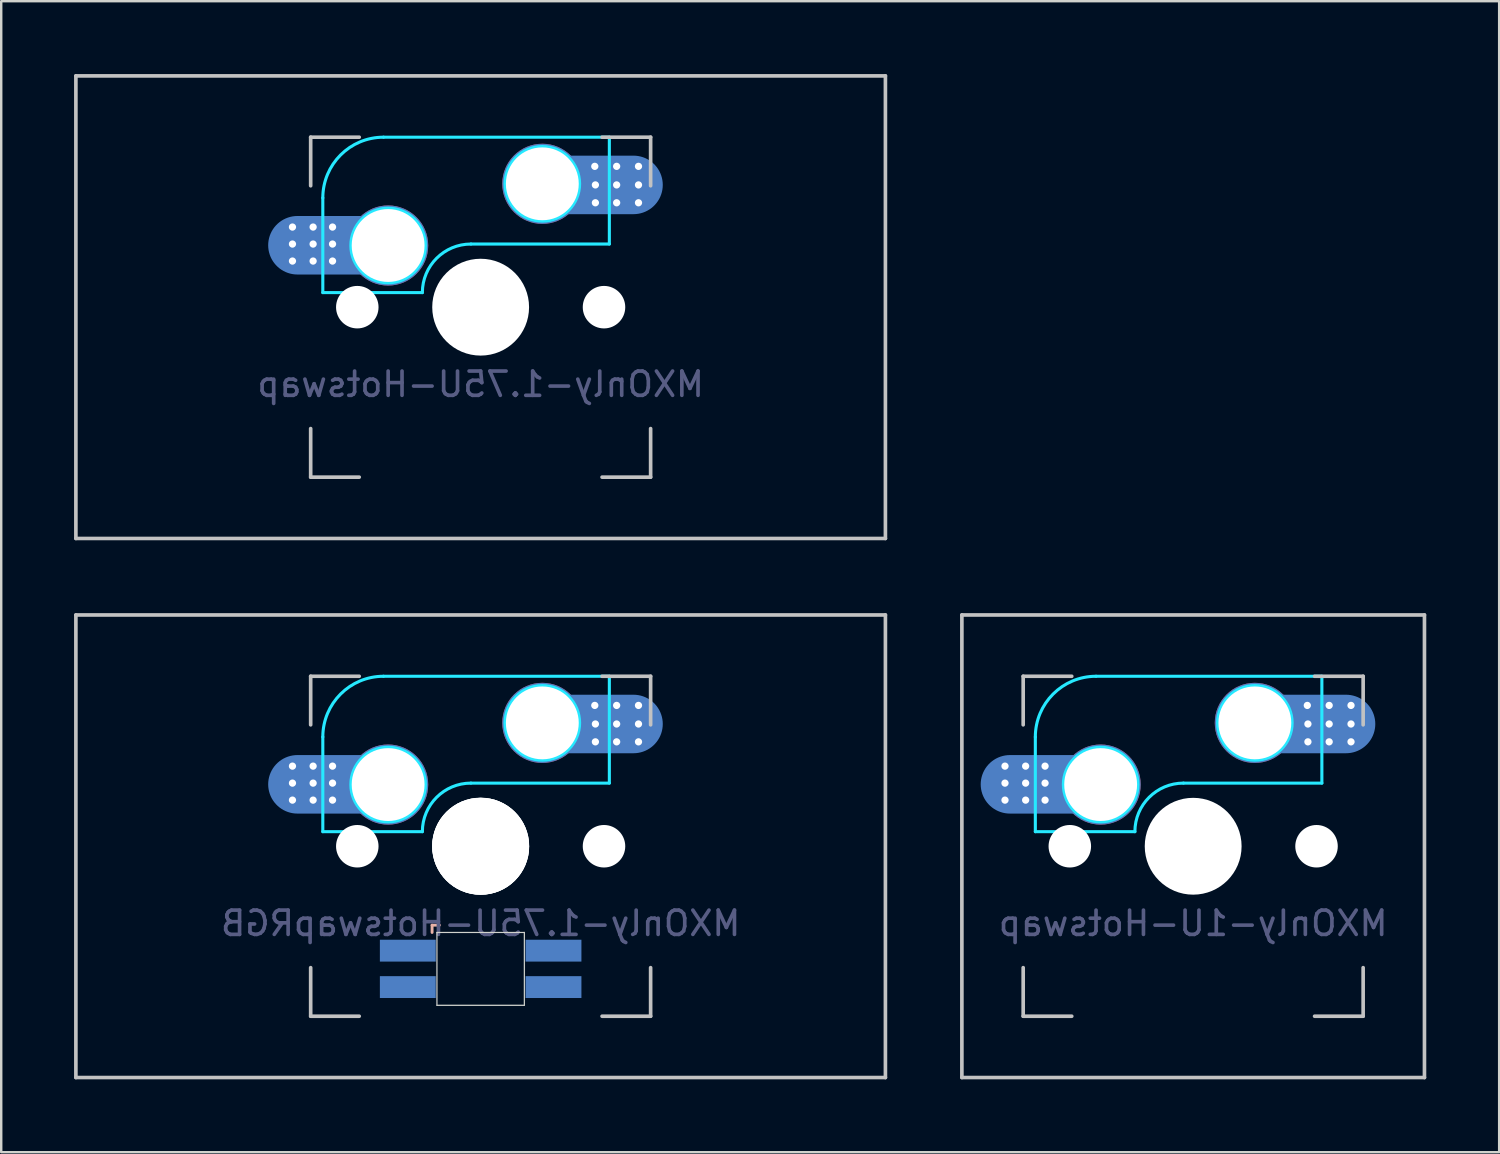
<source format=kicad_pcb>
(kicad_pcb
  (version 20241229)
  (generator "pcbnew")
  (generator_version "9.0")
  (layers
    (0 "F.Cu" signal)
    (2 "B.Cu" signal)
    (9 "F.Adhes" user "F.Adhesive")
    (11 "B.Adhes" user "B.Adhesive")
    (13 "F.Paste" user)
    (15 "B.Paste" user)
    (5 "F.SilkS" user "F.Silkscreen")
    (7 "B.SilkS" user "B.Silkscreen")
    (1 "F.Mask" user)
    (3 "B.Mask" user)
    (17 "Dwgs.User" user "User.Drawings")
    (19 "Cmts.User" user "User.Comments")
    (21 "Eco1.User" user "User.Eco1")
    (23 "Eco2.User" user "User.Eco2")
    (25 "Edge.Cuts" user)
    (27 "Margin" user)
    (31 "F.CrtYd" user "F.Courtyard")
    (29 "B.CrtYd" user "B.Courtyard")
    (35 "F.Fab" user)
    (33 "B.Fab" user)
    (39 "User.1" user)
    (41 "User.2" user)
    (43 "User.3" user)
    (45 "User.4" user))
  (footprint "MXOnly-1.75U-HotswapRGB"
    (layer "F.Cu")
    (at 16.744 31.8)
    (property "Reference" "MXOnly-1.75U-HotswapRGB" (at 0 3.175 0) (layer "B.Fab") (effects (font (size 1 1) (thickness 0.15)) (justify mirror)))
    (attr smd)
    (fp_line (start -2 3.25) (end -2 3.55) (stroke (width 0.12) (type solid)) (layer "B.SilkS"))
    (fp_line (start -1.7 3.25) (end -2 3.25) (stroke (width 0.12) (type solid)) (layer "B.SilkS"))
    (fp_line (start -16.669 -9.525) (end 16.669 -9.525) (stroke (width 0.15) (type solid)) (layer "Dwgs.User"))
    (fp_line (start -16.669 9.525) (end -16.669 -9.525) (stroke (width 0.15) (type solid)) (layer "Dwgs.User"))
    (fp_line (start -7 -7) (end -7 -5) (stroke (width 0.15) (type solid)) (layer "Dwgs.User"))
    (fp_line (start -7 5) (end -7 7) (stroke (width 0.15) (type solid)) (layer "Dwgs.User"))
    (fp_line (start -7 7) (end -5 7) (stroke (width 0.15) (type solid)) (layer "Dwgs.User"))
    (fp_line (start -5 -7) (end -7 -7) (stroke (width 0.15) (type solid)) (layer "Dwgs.User"))
    (fp_line (start 5 -7) (end 7 -7) (stroke (width 0.15) (type solid)) (layer "Dwgs.User"))
    (fp_line (start 5 7) (end 7 7) (stroke (width 0.15) (type solid)) (layer "Dwgs.User"))
    (fp_line (start 7 -5) (end 7 -7) (stroke (width 0.15) (type solid)) (layer "Dwgs.User"))
    (fp_line (start 7 7) (end 7 5) (stroke (width 0.15) (type solid)) (layer "Dwgs.User"))
    (fp_line (start 16.669 -9.525) (end 16.669 9.525) (stroke (width 0.15) (type solid)) (layer "Dwgs.User"))
    (fp_line (start 16.669 9.525) (end -16.669 9.525) (stroke (width 0.15) (type solid)) (layer "Dwgs.User"))
    (fp_line (start -1.8 3.55) (end -1.8 6.55) (stroke (width 0.05) (type default)) (layer "Edge.Cuts"))
    (fp_line (start -1.8 3.55) (end 1.8 3.55) (stroke (width 0.05) (type solid)) (layer "Edge.Cuts"))
    (fp_line (start 1.8 3.55) (end 1.8 6.55) (stroke (width 0.05) (type default)) (layer "Edge.Cuts"))
    (fp_line (start 1.8 6.55) (end -1.8 6.55) (stroke (width 0.05) (type solid)) (layer "Edge.Cuts"))
    (fp_line (start -6.5 -4.5) (end -6.5 -0.6) (stroke (width 0.127) (type solid)) (layer "B.CrtYd"))
    (fp_line (start -6.5 -0.6) (end -2.4 -0.6) (stroke (width 0.127) (type solid)) (layer "B.CrtYd"))
    (fp_line (start -0.4 -2.6) (end 5.3 -2.6) (stroke (width 0.127) (type solid)) (layer "B.CrtYd"))
    (fp_line (start 5.3 -7) (end -4 -7) (stroke (width 0.127) (type solid)) (layer "B.CrtYd"))
    (fp_line (start 5.3 -7) (end 5.3 -2.6) (stroke (width 0.127) (type solid)) (layer "B.CrtYd"))
    (fp_arc (start -6.5 -4.5) (mid -5.767767 -6.267767) (end -4 -7) (stroke (width 0.127) (type solid)) (layer "B.CrtYd"))
    (fp_arc (start -2.4 -0.6) (mid -1.814214 -2.014214) (end -0.4 -2.6) (stroke (width 0.127) (type solid)) (layer "B.CrtYd"))
    (fp_circle (center -3.81 -2.54) (end -2.286 -2.54) (stroke (width 0.15) (type solid)) (fill no) (layer "B.CrtYd"))
    (fp_circle (center 2.54 -5.08) (end 2.54 -6.604) (stroke (width 0.15) (type solid)) (fill no) (layer "B.CrtYd"))
    (pad "" np_thru_hole circle (at -5.08 0 48.1) (size 1.75 1.75) (drill 1.75) (layers "*.Cu" "*.Mask"))
    (pad "" np_thru_hole circle (at 0 0) (size 3.988 3.988) (drill 3.988) (layers "*.Cu" "*.Mask"))
    (pad "" np_thru_hole circle (at 0 0) (size 3.988 3.988) (drill 3.988) (layers "*.Cu" "*.Mask"))
    (pad "" np_thru_hole circle (at 0 0) (size 4 4) (drill 4) (layers "*.Cu" "*.Mask"))
    (pad "" np_thru_hole circle (at 5.08 0 48.1) (size 1.75 1.75) (drill 1.75) (layers "*.Cu" "*.Mask"))
    (pad "1" thru_hole circle (at 2.54 -5.08) (size 3.3 3.3) (drill 3) (layers "*.Cu" "B.Mask"))
    (pad "1" thru_hole circle (at 4.7 -5.8) (size 0.4 0.4) (drill 0.3) (layers "*.Cu" "B.Mask"))
    (pad "1" thru_hole circle (at 4.725 -5.035) (size 0.4 0.4) (drill 0.3) (layers "*.Cu" "B.Mask"))
    (pad "1" thru_hole circle (at 4.725 -4.3) (size 0.4 0.4) (drill 0.3) (layers "*.Cu" "B.Mask"))
    (pad "1" smd oval (at 4.75 -5.035) (size 5.5 2.41) (layers "B.Cu" "B.Mask" "B.Paste"))
    (pad "1" thru_hole circle (at 5.6 -5.8) (size 0.4 0.4) (drill 0.3) (layers "*.Cu" "B.Mask"))
    (pad "1" thru_hole circle (at 5.6 -5.035) (size 0.4 0.4) (drill 0.3) (layers "*.Cu" "B.Mask"))
    (pad "1" thru_hole circle (at 5.6 -4.3) (size 0.4 0.4) (drill 0.3) (layers "*.Cu" "B.Mask"))
    (pad "1" thru_hole circle (at 6.5 -5.8) (size 0.4 0.4) (drill 0.3) (layers "*.Cu" "B.Mask"))
    (pad "1" thru_hole circle (at 6.5 -5.035) (size 0.4 0.4) (drill 0.3) (layers "*.Cu" "B.Mask"))
    (pad "1" thru_hole circle (at 6.5 -4.3) (size 0.4 0.4) (drill 0.3) (layers "*.Cu" "B.Mask"))
    (pad "2" thru_hole circle (at -7.75 -3.3) (size 0.4 0.4) (drill 0.3) (layers "*.Cu" "B.Mask"))
    (pad "2" thru_hole circle (at -7.75 -2.6) (size 0.4 0.4) (drill 0.3) (layers "*.Cu" "B.Mask"))
    (pad "2" thru_hole circle (at -7.75 -1.9) (size 0.4 0.4) (drill 0.3) (layers "*.Cu" "B.Mask"))
    (pad "2" thru_hole circle (at -6.9 -3.3) (size 0.4 0.4) (drill 0.3) (layers "*.Cu" "B.Mask"))
    (pad "2" thru_hole circle (at -6.9 -2.6) (size 0.4 0.4) (drill 0.3) (layers "*.Cu" "B.Mask"))
    (pad "2" thru_hole circle (at -6.9 -1.9) (size 0.4 0.4) (drill 0.3) (layers "*.Cu" "B.Mask"))
    (pad "2" thru_hole circle (at -6.1 -3.3) (size 0.4 0.4) (drill 0.3) (layers "*.Cu" "B.Mask"))
    (pad "2" thru_hole circle (at -6.1 -2.6) (size 0.4 0.4) (drill 0.3) (layers "*.Cu" "B.Mask"))
    (pad "2" thru_hole circle (at -6.1 -1.9) (size 0.4 0.4) (drill 0.3) (layers "*.Cu" "B.Mask"))
    (pad "2" smd oval (at -6 -2.55) (size 5.5 2.41) (layers "B.Cu" "B.Mask" "B.Paste"))
    (pad "2" thru_hole circle (at -3.81 -2.54) (size 3.3 3.3) (drill 3) (layers "*.Cu" "B.Mask"))
    (pad "3" smd rect (at -3 4.3) (size 2.3 0.9) (layers "B.Cu" "B.Mask" "B.Paste"))
    (pad "4" smd rect (at -3 5.8) (size 2.3 0.9) (layers "B.Cu" "B.Mask" "B.Paste"))
    (pad "5" smd rect (at 3 4.3) (size 2.3 0.9) (layers "B.Cu" "B.Mask" "B.Paste"))
    (pad "6" smd rect (at 3 5.8) (size 2.3 0.9) (layers "B.Cu" "B.Mask" "B.Paste")))
  (footprint "MXOnly-1U-Hotswap"
    (layer "F.Cu")
    (at 46.087 31.8)
    (property "Reference" "MXOnly-1U-Hotswap" (at 0 3.175 0) (layer "B.Fab") (effects (font (size 1 1) (thickness 0.15)) (justify mirror)))
    (attr smd)
    (fp_line (start -9.525 -9.525) (end 9.525 -9.525) (stroke (width 0.15) (type solid)) (layer "Dwgs.User"))
    (fp_line (start -9.525 9.525) (end -9.525 -9.525) (stroke (width 0.15) (type solid)) (layer "Dwgs.User"))
    (fp_line (start -7 -7) (end -7 -5) (stroke (width 0.15) (type solid)) (layer "Dwgs.User"))
    (fp_line (start -7 5) (end -7 7) (stroke (width 0.15) (type solid)) (layer "Dwgs.User"))
    (fp_line (start -7 7) (end -5 7) (stroke (width 0.15) (type solid)) (layer "Dwgs.User"))
    (fp_line (start -5 -7) (end -7 -7) (stroke (width 0.15) (type solid)) (layer "Dwgs.User"))
    (fp_line (start 5 -7) (end 7 -7) (stroke (width 0.15) (type solid)) (layer "Dwgs.User"))
    (fp_line (start 5 7) (end 7 7) (stroke (width 0.15) (type solid)) (layer "Dwgs.User"))
    (fp_line (start 7 -5) (end 7 -7) (stroke (width 0.15) (type solid)) (layer "Dwgs.User"))
    (fp_line (start 7 7) (end 7 5) (stroke (width 0.15) (type solid)) (layer "Dwgs.User"))
    (fp_line (start 9.525 -9.525) (end 9.525 9.525) (stroke (width 0.15) (type solid)) (layer "Dwgs.User"))
    (fp_line (start 9.525 9.525) (end -9.525 9.525) (stroke (width 0.15) (type solid)) (layer "Dwgs.User"))
    (fp_line (start -6.5 -4.5) (end -6.5 -0.6) (stroke (width 0.127) (type solid)) (layer "B.CrtYd"))
    (fp_line (start -6.5 -0.6) (end -2.4 -0.6) (stroke (width 0.127) (type solid)) (layer "B.CrtYd"))
    (fp_line (start -0.4 -2.6) (end 5.3 -2.6) (stroke (width 0.127) (type solid)) (layer "B.CrtYd"))
    (fp_line (start 5.3 -7) (end -4 -7) (stroke (width 0.127) (type solid)) (layer "B.CrtYd"))
    (fp_line (start 5.3 -7) (end 5.3 -2.6) (stroke (width 0.127) (type solid)) (layer "B.CrtYd"))
    (fp_arc (start -6.5 -4.5) (mid -5.767767 -6.267767) (end -4 -7) (stroke (width 0.127) (type solid)) (layer "B.CrtYd"))
    (fp_arc (start -2.4 -0.6) (mid -1.814214 -2.014214) (end -0.4 -2.6) (stroke (width 0.127) (type solid)) (layer "B.CrtYd"))
    (fp_circle (center -3.81 -2.54) (end -2.286 -2.54) (stroke (width 0.15) (type solid)) (fill no) (layer "B.CrtYd"))
    (fp_circle (center 2.54 -5.08) (end 2.54 -6.604) (stroke (width 0.15) (type solid)) (fill no) (layer "B.CrtYd"))
    (pad "" np_thru_hole circle (at -5.08 0 48.1) (size 1.75 1.75) (drill 1.75) (layers "*.Cu" "*.Mask"))
    (pad "" np_thru_hole circle (at 0 0) (size 3.988 3.988) (drill 3.988) (layers "*.Cu" "*.Mask"))
    (pad "" np_thru_hole circle (at 5.08 0 48.1) (size 1.75 1.75) (drill 1.75) (layers "*.Cu" "*.Mask"))
    (pad "1" thru_hole circle (at 2.54 -5.08) (size 3.3 3.3) (drill 3) (layers "*.Cu" "B.Mask"))
    (pad "1" thru_hole circle (at 4.7 -5.8) (size 0.4 0.4) (drill 0.3) (layers "*.Cu" "B.Mask"))
    (pad "1" thru_hole circle (at 4.725 -5.035) (size 0.4 0.4) (drill 0.3) (layers "*.Cu" "B.Mask"))
    (pad "1" thru_hole circle (at 4.725 -4.3) (size 0.4 0.4) (drill 0.3) (layers "*.Cu" "B.Mask"))
    (pad "1" smd oval (at 4.75 -5.035) (size 5.5 2.41) (layers "B.Cu" "B.Mask" "B.Paste"))
    (pad "1" thru_hole circle (at 5.6 -5.8) (size 0.4 0.4) (drill 0.3) (layers "*.Cu" "B.Mask"))
    (pad "1" thru_hole circle (at 5.6 -5.035) (size 0.4 0.4) (drill 0.3) (layers "*.Cu" "B.Mask"))
    (pad "1" thru_hole circle (at 5.6 -4.3) (size 0.4 0.4) (drill 0.3) (layers "*.Cu" "B.Mask"))
    (pad "1" thru_hole circle (at 6.5 -5.8) (size 0.4 0.4) (drill 0.3) (layers "*.Cu" "B.Mask"))
    (pad "1" thru_hole circle (at 6.5 -5.035) (size 0.4 0.4) (drill 0.3) (layers "*.Cu" "B.Mask"))
    (pad "1" thru_hole circle (at 6.5 -4.3) (size 0.4 0.4) (drill 0.3) (layers "*.Cu" "B.Mask"))
    (pad "2" thru_hole circle (at -7.75 -3.3) (size 0.4 0.4) (drill 0.3) (layers "*.Cu" "B.Mask"))
    (pad "2" thru_hole circle (at -7.75 -2.6) (size 0.4 0.4) (drill 0.3) (layers "*.Cu" "B.Mask"))
    (pad "2" thru_hole circle (at -7.75 -1.9) (size 0.4 0.4) (drill 0.3) (layers "*.Cu" "B.Mask"))
    (pad "2" thru_hole circle (at -6.9 -3.3) (size 0.4 0.4) (drill 0.3) (layers "*.Cu" "B.Mask"))
    (pad "2" thru_hole circle (at -6.9 -2.6) (size 0.4 0.4) (drill 0.3) (layers "*.Cu" "B.Mask"))
    (pad "2" thru_hole circle (at -6.9 -1.9) (size 0.4 0.4) (drill 0.3) (layers "*.Cu" "B.Mask"))
    (pad "2" thru_hole circle (at -6.1 -3.3) (size 0.4 0.4) (drill 0.3) (layers "*.Cu" "B.Mask"))
    (pad "2" thru_hole circle (at -6.1 -2.6) (size 0.4 0.4) (drill 0.3) (layers "*.Cu" "B.Mask"))
    (pad "2" thru_hole circle (at -6.1 -1.9) (size 0.4 0.4) (drill 0.3) (layers "*.Cu" "B.Mask"))
    (pad "2" smd oval (at -6 -2.55) (size 5.5 2.41) (layers "B.Cu" "B.Mask" "B.Paste"))
    (pad "2" thru_hole circle (at -3.81 -2.54) (size 3.3 3.3) (drill 3) (layers "*.Cu" "B.Mask")))
  (footprint "MXOnly-1.75U-Hotswap"
    (layer "F.Cu")
    (at 16.744 9.6)
    (property "Reference" "MXOnly-1.75U-Hotswap" (at 0 3.175 0) (layer "B.Fab") (effects (font (size 1 1) (thickness 0.15)) (justify mirror)))
    (attr smd)
    (fp_line (start -16.669 -9.525) (end 16.669 -9.525) (stroke (width 0.15) (type solid)) (layer "Dwgs.User"))
    (fp_line (start -16.669 9.525) (end -16.669 -9.525) (stroke (width 0.15) (type solid)) (layer "Dwgs.User"))
    (fp_line (start -7 -7) (end -7 -5) (stroke (width 0.15) (type solid)) (layer "Dwgs.User"))
    (fp_line (start -7 5) (end -7 7) (stroke (width 0.15) (type solid)) (layer "Dwgs.User"))
    (fp_line (start -7 7) (end -5 7) (stroke (width 0.15) (type solid)) (layer "Dwgs.User"))
    (fp_line (start -5 -7) (end -7 -7) (stroke (width 0.15) (type solid)) (layer "Dwgs.User"))
    (fp_line (start 5 -7) (end 7 -7) (stroke (width 0.15) (type solid)) (layer "Dwgs.User"))
    (fp_line (start 5 7) (end 7 7) (stroke (width 0.15) (type solid)) (layer "Dwgs.User"))
    (fp_line (start 7 -5) (end 7 -7) (stroke (width 0.15) (type solid)) (layer "Dwgs.User"))
    (fp_line (start 7 7) (end 7 5) (stroke (width 0.15) (type solid)) (layer "Dwgs.User"))
    (fp_line (start 16.669 -9.525) (end 16.669 9.525) (stroke (width 0.15) (type solid)) (layer "Dwgs.User"))
    (fp_line (start 16.669 9.525) (end -16.669 9.525) (stroke (width 0.15) (type solid)) (layer "Dwgs.User"))
    (fp_line (start -6.5 -4.5) (end -6.5 -0.6) (stroke (width 0.127) (type solid)) (layer "B.CrtYd"))
    (fp_line (start -6.5 -0.6) (end -2.4 -0.6) (stroke (width 0.127) (type solid)) (layer "B.CrtYd"))
    (fp_line (start -0.4 -2.6) (end 5.3 -2.6) (stroke (width 0.127) (type solid)) (layer "B.CrtYd"))
    (fp_line (start 5.3 -7) (end -4 -7) (stroke (width 0.127) (type solid)) (layer "B.CrtYd"))
    (fp_line (start 5.3 -7) (end 5.3 -2.6) (stroke (width 0.127) (type solid)) (layer "B.CrtYd"))
    (fp_arc (start -6.5 -4.5) (mid -5.767767 -6.267767) (end -4 -7) (stroke (width 0.127) (type solid)) (layer "B.CrtYd"))
    (fp_arc (start -2.4 -0.6) (mid -1.814214 -2.014214) (end -0.4 -2.6) (stroke (width 0.127) (type solid)) (layer "B.CrtYd"))
    (fp_circle (center -3.81 -2.54) (end -2.286 -2.54) (stroke (width 0.15) (type solid)) (fill no) (layer "B.CrtYd"))
    (fp_circle (center 2.54 -5.08) (end 2.54 -6.604) (stroke (width 0.15) (type solid)) (fill no) (layer "B.CrtYd"))
    (pad "" np_thru_hole circle (at -5.08 0 48.1) (size 1.75 1.75) (drill 1.75) (layers "*.Cu" "*.Mask"))
    (pad "" np_thru_hole circle (at 0 0) (size 3.988 3.988) (drill 3.988) (layers "*.Cu" "*.Mask"))
    (pad "" np_thru_hole circle (at 5.08 0 48.1) (size 1.75 1.75) (drill 1.75) (layers "*.Cu" "*.Mask"))
    (pad "1" thru_hole circle (at 2.54 -5.08) (size 3.3 3.3) (drill 3) (layers "*.Cu" "B.Mask"))
    (pad "1" thru_hole circle (at 4.7 -5.8) (size 0.4 0.4) (drill 0.3) (layers "*.Cu" "B.Mask"))
    (pad "1" thru_hole circle (at 4.725 -5.035) (size 0.4 0.4) (drill 0.3) (layers "*.Cu" "B.Mask"))
    (pad "1" thru_hole circle (at 4.725 -4.3) (size 0.4 0.4) (drill 0.3) (layers "*.Cu" "B.Mask"))
    (pad "1" smd oval (at 4.75 -5.035) (size 5.5 2.41) (layers "B.Cu" "B.Mask" "B.Paste"))
    (pad "1" thru_hole circle (at 5.6 -5.8) (size 0.4 0.4) (drill 0.3) (layers "*.Cu" "B.Mask"))
    (pad "1" thru_hole circle (at 5.6 -5.035) (size 0.4 0.4) (drill 0.3) (layers "*.Cu" "B.Mask"))
    (pad "1" thru_hole circle (at 5.6 -4.3) (size 0.4 0.4) (drill 0.3) (layers "*.Cu" "B.Mask"))
    (pad "1" thru_hole circle (at 6.5 -5.8) (size 0.4 0.4) (drill 0.3) (layers "*.Cu" "B.Mask"))
    (pad "1" thru_hole circle (at 6.5 -5.035) (size 0.4 0.4) (drill 0.3) (layers "*.Cu" "B.Mask"))
    (pad "1" thru_hole circle (at 6.5 -4.3) (size 0.4 0.4) (drill 0.3) (layers "*.Cu" "B.Mask"))
    (pad "2" thru_hole circle (at -7.75 -3.3) (size 0.4 0.4) (drill 0.3) (layers "*.Cu" "B.Mask"))
    (pad "2" thru_hole circle (at -7.75 -2.6) (size 0.4 0.4) (drill 0.3) (layers "*.Cu" "B.Mask"))
    (pad "2" thru_hole circle (at -7.75 -1.9) (size 0.4 0.4) (drill 0.3) (layers "*.Cu" "B.Mask"))
    (pad "2" thru_hole circle (at -6.9 -3.3) (size 0.4 0.4) (drill 0.3) (layers "*.Cu" "B.Mask"))
    (pad "2" thru_hole circle (at -6.9 -2.6) (size 0.4 0.4) (drill 0.3) (layers "*.Cu" "B.Mask"))
    (pad "2" thru_hole circle (at -6.9 -1.9) (size 0.4 0.4) (drill 0.3) (layers "*.Cu" "B.Mask"))
    (pad "2" thru_hole circle (at -6.1 -3.3) (size 0.4 0.4) (drill 0.3) (layers "*.Cu" "B.Mask"))
    (pad "2" thru_hole circle (at -6.1 -2.6) (size 0.4 0.4) (drill 0.3) (layers "*.Cu" "B.Mask"))
    (pad "2" thru_hole circle (at -6.1 -1.9) (size 0.4 0.4) (drill 0.3) (layers "*.Cu" "B.Mask"))
    (pad "2" smd oval (at -6 -2.55) (size 5.5 2.41) (layers "B.Cu" "B.Mask" "B.Paste"))
    (pad "2" thru_hole circle (at -3.81 -2.54) (size 3.3 3.3) (drill 3) (layers "*.Cu" "B.Mask")))
  (gr_rect
    (start -3 -3)
    (end 58.688 44.4)
    (stroke (width 0.1) (type default))
    (fill no)
    (layer "Edge.Cuts")))
</source>
